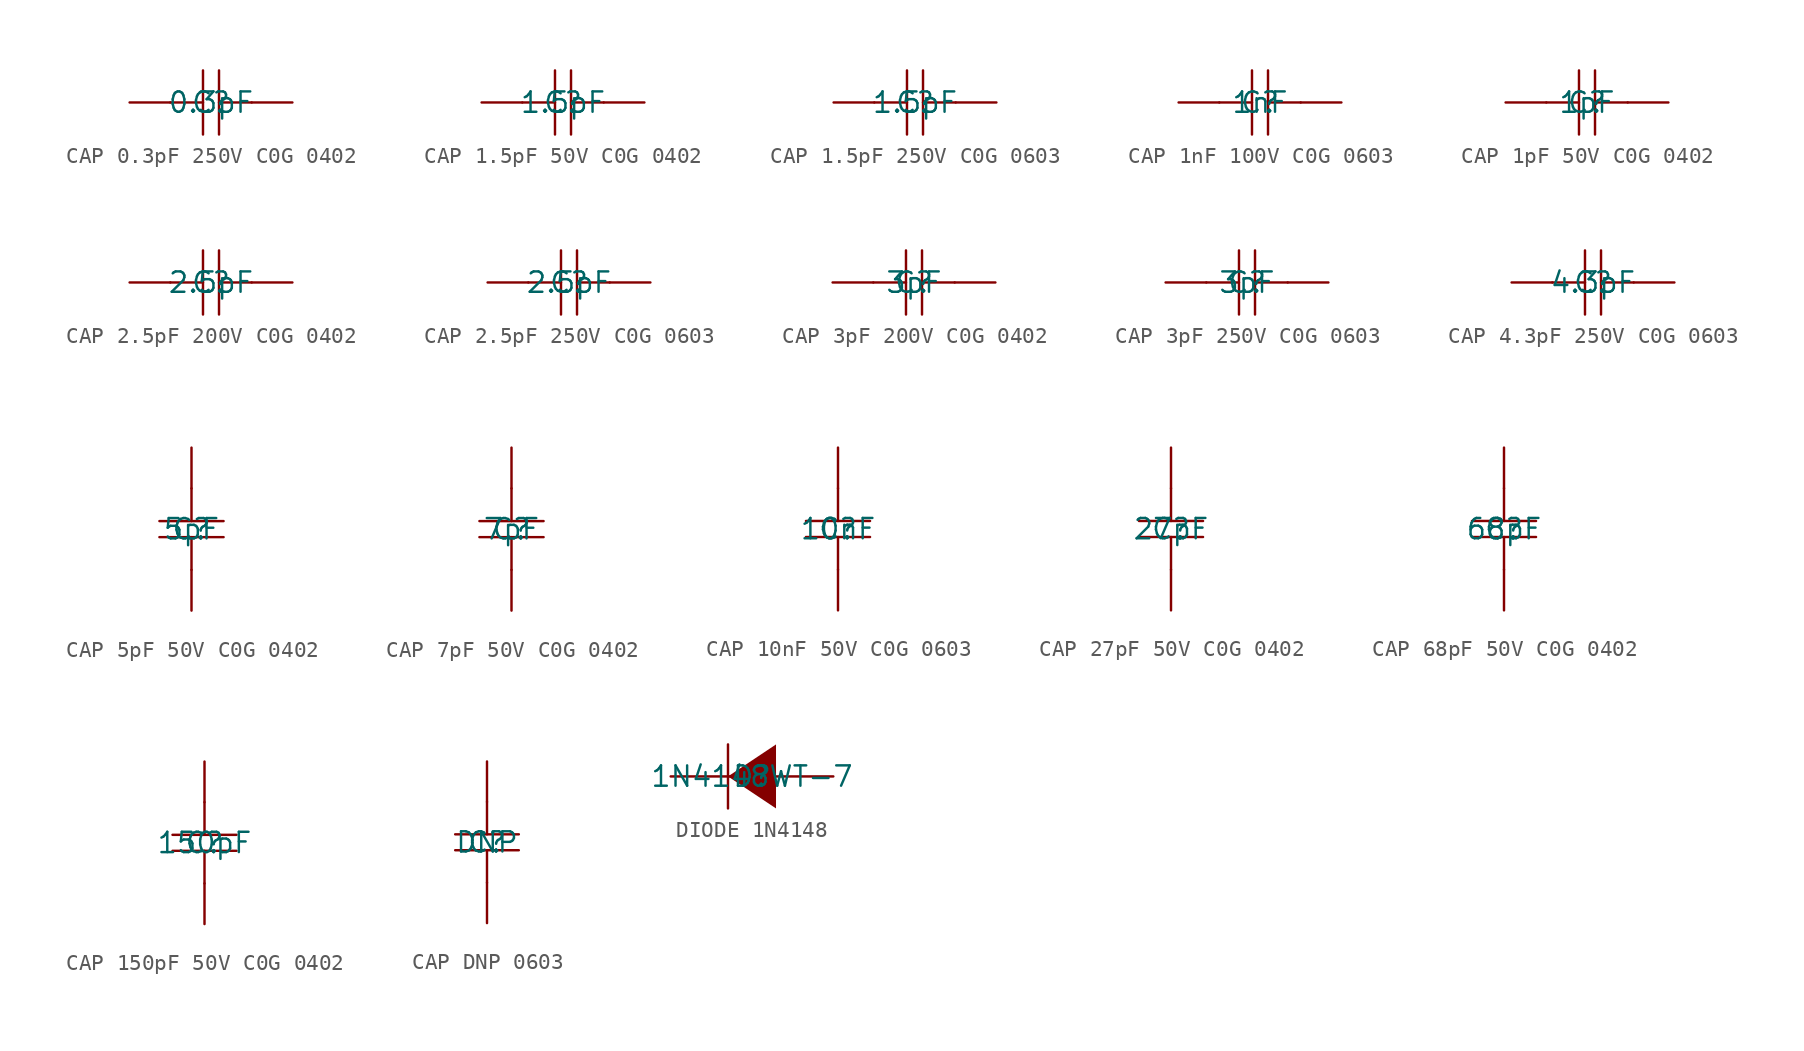
<source format=kicad_sym>
(kicad_symbol_lib
  (version 20241209)
  (generator "kicad_symbol_editor")
  (generator_version "9.0")
  (symbol "CAP 0.3pF 250V C0G 0402"
    (pin_numbers
      (hide yes))
    (pin_names
      (hide yes))
    (property "Reference" "C"
      (at 0 0 0)
      (effects (font (size 1.27 1.27))))
    (property "Value" "0.3pF"
      (at 0 0 0)
      (effects (font (size 1.27 1.27))))
    (symbol "CAP 0.3pF 250V C0G 0402_1_0"
      (polyline (pts (xy -2.54 0) (xy -0.5 0)) (stroke (width 0) (type solid)) (fill (type none)))
      (polyline (pts (xy -0.5 -2) (xy -0.5 2)) (stroke (width 0) (type solid)) (fill (type none)))
      (polyline (pts (xy 0.5 -2) (xy 0.5 2)) (stroke (width 0) (type solid)) (fill (type none)))
      (polyline (pts (xy 2.54 0) (xy 0.5 0)) (stroke (width 0) (type solid)) (fill (type none)))
      (pin passive line (at -5.08 0 0) (length 2.54) (name "2" (effects (font (size 1.27 1.27)))) (number "2" (effects (font (size 1.27 1.27)))))
      (pin passive line (at 5.08 0 180) (length 2.54) (name "1" (effects (font (size 1.27 1.27)))) (number "1" (effects (font (size 1.27 1.27)))))))
  (symbol "CAP 1.5pF 50V C0G 0402"
    (pin_numbers
      (hide yes))
    (pin_names
      (hide yes))
    (property "Reference" "C"
      (at 0 0 0)
      (effects (font (size 1.27 1.27))))
    (property "Value" "1.5pF"
      (at 0 0 0)
      (effects (font (size 1.27 1.27))))
    (symbol "CAP 1.5pF 50V C0G 0402_1_0"
      (polyline (pts (xy -2.54 0) (xy -0.5 0)) (stroke (width 0) (type solid)) (fill (type none)))
      (polyline (pts (xy -0.5 -2) (xy -0.5 2)) (stroke (width 0) (type solid)) (fill (type none)))
      (polyline (pts (xy 0.5 -2) (xy 0.5 2)) (stroke (width 0) (type solid)) (fill (type none)))
      (polyline (pts (xy 2.54 0) (xy 0.5 0)) (stroke (width 0) (type solid)) (fill (type none)))
      (pin passive line (at -5.08 0 0) (length 2.54) (name "2" (effects (font (size 1.27 1.27)))) (number "2" (effects (font (size 1.27 1.27)))))
      (pin passive line (at 5.08 0 180) (length 2.54) (name "1" (effects (font (size 1.27 1.27)))) (number "1" (effects (font (size 1.27 1.27)))))))
  (symbol "CAP 1.5pF 250V C0G 0603"
    (pin_numbers
      (hide yes))
    (pin_names
      (hide yes))
    (property "Reference" "C"
      (at 0 0 0)
      (effects (font (size 1.27 1.27))))
    (property "Value" "1.5pF"
      (at 0 0 0)
      (effects (font (size 1.27 1.27))))
    (symbol "CAP 1.5pF 250V C0G 0603_1_0"
      (polyline (pts (xy -2.54 0) (xy -0.5 0)) (stroke (width 0) (type solid)) (fill (type none)))
      (polyline (pts (xy -0.5 -2) (xy -0.5 2)) (stroke (width 0) (type solid)) (fill (type none)))
      (polyline (pts (xy 0.5 -2) (xy 0.5 2)) (stroke (width 0) (type solid)) (fill (type none)))
      (polyline (pts (xy 2.54 0) (xy 0.5 0)) (stroke (width 0) (type solid)) (fill (type none)))
      (pin passive line (at -5.08 0 0) (length 2.54) (name "2" (effects (font (size 1.27 1.27)))) (number "2" (effects (font (size 1.27 1.27)))))
      (pin passive line (at 5.08 0 180) (length 2.54) (name "1" (effects (font (size 1.27 1.27)))) (number "1" (effects (font (size 1.27 1.27)))))))
  (symbol "CAP 1nF 100V C0G 0603"
    (pin_numbers
      (hide yes))
    (pin_names
      (hide yes))
    (property "Reference" "C"
      (at 0 0 0)
      (effects (font (size 1.27 1.27))))
    (property "Value" "1nF"
      (at 0 0 0)
      (effects (font (size 1.27 1.27))))
    (symbol "CAP 1nF 100V C0G 0603_1_0"
      (polyline (pts (xy -2.54 0) (xy -0.5 0)) (stroke (width 0) (type solid)) (fill (type none)))
      (polyline (pts (xy -0.5 -2) (xy -0.5 2)) (stroke (width 0) (type solid)) (fill (type none)))
      (polyline (pts (xy 0.5 -2) (xy 0.5 2)) (stroke (width 0) (type solid)) (fill (type none)))
      (polyline (pts (xy 2.54 0) (xy 0.5 0)) (stroke (width 0) (type solid)) (fill (type none)))
      (pin passive line (at -5.08 0 0) (length 2.54) (name "2" (effects (font (size 1.27 1.27)))) (number "2" (effects (font (size 1.27 1.27)))))
      (pin passive line (at 5.08 0 180) (length 2.54) (name "1" (effects (font (size 1.27 1.27)))) (number "1" (effects (font (size 1.27 1.27)))))))
  (symbol "CAP 1pF 50V C0G 0402"
    (pin_numbers
      (hide yes))
    (pin_names
      (hide yes))
    (property "Reference" "C"
      (at 0 0 0)
      (effects (font (size 1.27 1.27))))
    (property "Value" "1pF"
      (at 0 0 0)
      (effects (font (size 1.27 1.27))))
    (symbol "CAP 1pF 50V C0G 0402_1_0"
      (polyline (pts (xy -2.54 0) (xy -0.5 0)) (stroke (width 0) (type solid)) (fill (type none)))
      (polyline (pts (xy -0.5 -2) (xy -0.5 2)) (stroke (width 0) (type solid)) (fill (type none)))
      (polyline (pts (xy 0.5 -2) (xy 0.5 2)) (stroke (width 0) (type solid)) (fill (type none)))
      (polyline (pts (xy 2.54 0) (xy 0.5 0)) (stroke (width 0) (type solid)) (fill (type none)))
      (pin passive line (at -5.08 0 0) (length 2.54) (name "2" (effects (font (size 1.27 1.27)))) (number "2" (effects (font (size 1.27 1.27)))))
      (pin passive line (at 5.08 0 180) (length 2.54) (name "1" (effects (font (size 1.27 1.27)))) (number "1" (effects (font (size 1.27 1.27)))))))
  (symbol "CAP 2.5pF 200V C0G 0402"
    (pin_numbers
      (hide yes))
    (pin_names
      (hide yes))
    (property "Reference" "C"
      (at 0 0 0)
      (effects (font (size 1.27 1.27))))
    (property "Value" "2.5pF"
      (at 0 0 0)
      (effects (font (size 1.27 1.27))))
    (symbol "CAP 2.5pF 200V C0G 0402_1_0"
      (polyline (pts (xy -2.54 0) (xy -0.5 0)) (stroke (width 0) (type solid)) (fill (type none)))
      (polyline (pts (xy -0.5 -2) (xy -0.5 2)) (stroke (width 0) (type solid)) (fill (type none)))
      (polyline (pts (xy 0.5 -2) (xy 0.5 2)) (stroke (width 0) (type solid)) (fill (type none)))
      (polyline (pts (xy 2.54 0) (xy 0.5 0)) (stroke (width 0) (type solid)) (fill (type none)))
      (pin passive line (at -5.08 0 0) (length 2.54) (name "2" (effects (font (size 1.27 1.27)))) (number "2" (effects (font (size 1.27 1.27)))))
      (pin passive line (at 5.08 0 180) (length 2.54) (name "1" (effects (font (size 1.27 1.27)))) (number "1" (effects (font (size 1.27 1.27)))))))
  (symbol "CAP 2.5pF 250V C0G 0603"
    (pin_numbers
      (hide yes))
    (pin_names
      (hide yes))
    (property "Reference" "C"
      (at 0 0 0)
      (effects (font (size 1.27 1.27))))
    (property "Value" "2.5pF"
      (at 0 0 0)
      (effects (font (size 1.27 1.27))))
    (symbol "CAP 2.5pF 250V C0G 0603_1_0"
      (polyline (pts (xy -2.54 0) (xy -0.5 0)) (stroke (width 0) (type solid)) (fill (type none)))
      (polyline (pts (xy -0.5 -2) (xy -0.5 2)) (stroke (width 0) (type solid)) (fill (type none)))
      (polyline (pts (xy 0.5 -2) (xy 0.5 2)) (stroke (width 0) (type solid)) (fill (type none)))
      (polyline (pts (xy 2.54 0) (xy 0.5 0)) (stroke (width 0) (type solid)) (fill (type none)))
      (pin passive line (at -5.08 0 0) (length 2.54) (name "2" (effects (font (size 1.27 1.27)))) (number "2" (effects (font (size 1.27 1.27)))))
      (pin passive line (at 5.08 0 180) (length 2.54) (name "1" (effects (font (size 1.27 1.27)))) (number "1" (effects (font (size 1.27 1.27)))))))
  (symbol "CAP 3pF 200V C0G 0402"
    (pin_numbers
      (hide yes))
    (pin_names
      (hide yes))
    (property "Reference" "C"
      (at 0 0 0)
      (effects (font (size 1.27 1.27))))
    (property "Value" "3pF"
      (at 0 0 0)
      (effects (font (size 1.27 1.27))))
    (symbol "CAP 3pF 200V C0G 0402_1_0"
      (polyline (pts (xy -2.54 0) (xy -0.5 0)) (stroke (width 0) (type solid)) (fill (type none)))
      (polyline (pts (xy -0.5 -2) (xy -0.5 2)) (stroke (width 0) (type solid)) (fill (type none)))
      (polyline (pts (xy 0.5 -2) (xy 0.5 2)) (stroke (width 0) (type solid)) (fill (type none)))
      (polyline (pts (xy 2.54 0) (xy 0.5 0)) (stroke (width 0) (type solid)) (fill (type none)))
      (pin passive line (at -5.08 0 0) (length 2.54) (name "2" (effects (font (size 1.27 1.27)))) (number "2" (effects (font (size 1.27 1.27)))))
      (pin passive line (at 5.08 0 180) (length 2.54) (name "1" (effects (font (size 1.27 1.27)))) (number "1" (effects (font (size 1.27 1.27)))))))
  (symbol "CAP 3pF 250V C0G 0603"
    (pin_numbers
      (hide yes))
    (pin_names
      (hide yes))
    (property "Reference" "C"
      (at 0 0 0)
      (effects (font (size 1.27 1.27))))
    (property "Value" "3pF"
      (at 0 0 0)
      (effects (font (size 1.27 1.27))))
    (symbol "CAP 3pF 250V C0G 0603_1_0"
      (polyline (pts (xy -2.54 0) (xy -0.5 0)) (stroke (width 0) (type solid)) (fill (type none)))
      (polyline (pts (xy -0.5 -2) (xy -0.5 2)) (stroke (width 0) (type solid)) (fill (type none)))
      (polyline (pts (xy 0.5 -2) (xy 0.5 2)) (stroke (width 0) (type solid)) (fill (type none)))
      (polyline (pts (xy 2.54 0) (xy 0.5 0)) (stroke (width 0) (type solid)) (fill (type none)))
      (pin passive line (at -5.08 0 0) (length 2.54) (name "2" (effects (font (size 1.27 1.27)))) (number "2" (effects (font (size 1.27 1.27)))))
      (pin passive line (at 5.08 0 180) (length 2.54) (name "1" (effects (font (size 1.27 1.27)))) (number "1" (effects (font (size 1.27 1.27)))))))
  (symbol "CAP 4.3pF 250V C0G 0603"
    (pin_numbers
      (hide yes))
    (pin_names
      (hide yes))
    (property "Reference" "C"
      (at 0 0 0)
      (effects (font (size 1.27 1.27))))
    (property "Value" "4.3pF"
      (at 0 0 0)
      (effects (font (size 1.27 1.27))))
    (symbol "CAP 4.3pF 250V C0G 0603_1_0"
      (polyline (pts (xy -2.54 0) (xy -0.5 0)) (stroke (width 0) (type solid)) (fill (type none)))
      (polyline (pts (xy -0.5 -2) (xy -0.5 2)) (stroke (width 0) (type solid)) (fill (type none)))
      (polyline (pts (xy 0.5 -2) (xy 0.5 2)) (stroke (width 0) (type solid)) (fill (type none)))
      (polyline (pts (xy 2.54 0) (xy 0.5 0)) (stroke (width 0) (type solid)) (fill (type none)))
      (pin passive line (at -5.08 0 0) (length 2.54) (name "2" (effects (font (size 1.27 1.27)))) (number "2" (effects (font (size 1.27 1.27)))))
      (pin passive line (at 5.08 0 180) (length 2.54) (name "1" (effects (font (size 1.27 1.27)))) (number "1" (effects (font (size 1.27 1.27)))))))
  (symbol "CAP 5pF 50V C0G 0402"
    (pin_numbers
      (hide yes))
    (pin_names
      (hide yes))
    (property "Reference" "C"
      (at 0 0 0)
      (effects (font (size 1.27 1.27))))
    (property "Value" "5pF"
      (at 0 0 0)
      (effects (font (size 1.27 1.27))))
    (symbol "CAP 5pF 50V C0G 0402_1_0"
      (polyline (pts (xy -2 0.5) (xy 2 0.5)) (stroke (width 0) (type solid)) (fill (type none)))
      (polyline (pts (xy -2 -0.5) (xy 2 -0.5)) (stroke (width 0) (type solid)) (fill (type none)))
      (polyline (pts (xy 0 2.54) (xy 0 0.5)) (stroke (width 0) (type solid)) (fill (type none)))
      (polyline (pts (xy 0 -2.54) (xy 0 -0.5)) (stroke (width 0) (type solid)) (fill (type none)))
      (pin passive line (at 0 5.08 270) (length 2.54) (name "2" (effects (font (size 1.27 1.27)))) (number "2" (effects (font (size 1.27 1.27)))))
      (pin passive line (at 0 -5.08 90) (length 2.54) (name "1" (effects (font (size 1.27 1.27)))) (number "1" (effects (font (size 1.27 1.27)))))))
  (symbol "CAP 7pF 50V C0G 0402"
    (pin_numbers
      (hide yes))
    (pin_names
      (hide yes))
    (property "Reference" "C"
      (at 0 0 0)
      (effects (font (size 1.27 1.27))))
    (property "Value" "7pF"
      (at 0 0 0)
      (effects (font (size 1.27 1.27))))
    (symbol "CAP 7pF 50V C0G 0402_1_0"
      (polyline (pts (xy -2 0.5) (xy 2 0.5)) (stroke (width 0) (type solid)) (fill (type none)))
      (polyline (pts (xy -2 -0.5) (xy 2 -0.5)) (stroke (width 0) (type solid)) (fill (type none)))
      (polyline (pts (xy 0 2.54) (xy 0 0.5)) (stroke (width 0) (type solid)) (fill (type none)))
      (polyline (pts (xy 0 -2.54) (xy 0 -0.5)) (stroke (width 0) (type solid)) (fill (type none)))
      (pin passive line (at 0 5.08 270) (length 2.54) (name "2" (effects (font (size 1.27 1.27)))) (number "2" (effects (font (size 1.27 1.27)))))
      (pin passive line (at 0 -5.08 90) (length 2.54) (name "1" (effects (font (size 1.27 1.27)))) (number "1" (effects (font (size 1.27 1.27)))))))
  (symbol "CAP 10nF 50V C0G 0603"
    (pin_numbers
      (hide yes))
    (pin_names
      (hide yes))
    (property "Reference" "C"
      (at 0 0 0)
      (effects (font (size 1.27 1.27))))
    (property "Value" "10nF"
      (at 0 0 0)
      (effects (font (size 1.27 1.27))))
    (symbol "CAP 10nF 50V C0G 0603_1_0"
      (polyline (pts (xy 0 2.54) (xy 0 0.5)) (stroke (width 0) (type solid)) (fill (type none)))
      (polyline (pts (xy 0 -2.54) (xy 0 -0.5)) (stroke (width 0) (type solid)) (fill (type none)))
      (polyline (pts (xy 2 0.5) (xy -2 0.5)) (stroke (width 0) (type solid)) (fill (type none)))
      (polyline (pts (xy 2 -0.5) (xy -2 -0.5)) (stroke (width 0) (type solid)) (fill (type none)))
      (pin passive line (at 0 5.08 270) (length 2.54) (name "1" (effects (font (size 1.27 1.27)))) (number "1" (effects (font (size 1.27 1.27)))))
      (pin passive line (at 0 -5.08 90) (length 2.54) (name "2" (effects (font (size 1.27 1.27)))) (number "2" (effects (font (size 1.27 1.27)))))))
  (symbol "CAP 27pF 50V C0G 0402"
    (pin_numbers
      (hide yes))
    (pin_names
      (hide yes))
    (property "Reference" "C"
      (at 0 0 0)
      (effects (font (size 1.27 1.27))))
    (property "Value" "27pF"
      (at 0 0 0)
      (effects (font (size 1.27 1.27))))
    (symbol "CAP 27pF 50V C0G 0402_1_0"
      (polyline (pts (xy -2 0.5) (xy 2 0.5)) (stroke (width 0) (type solid)) (fill (type none)))
      (polyline (pts (xy -2 -0.5) (xy 2 -0.5)) (stroke (width 0) (type solid)) (fill (type none)))
      (polyline (pts (xy 0 2.54) (xy 0 0.5)) (stroke (width 0) (type solid)) (fill (type none)))
      (polyline (pts (xy 0 -2.54) (xy 0 -0.5)) (stroke (width 0) (type solid)) (fill (type none)))
      (pin passive line (at 0 5.08 270) (length 2.54) (name "2" (effects (font (size 1.27 1.27)))) (number "2" (effects (font (size 1.27 1.27)))))
      (pin passive line (at 0 -5.08 90) (length 2.54) (name "1" (effects (font (size 1.27 1.27)))) (number "1" (effects (font (size 1.27 1.27)))))))
  (symbol "CAP 68pF 50V C0G 0402"
    (pin_numbers
      (hide yes))
    (pin_names
      (hide yes))
    (property "Reference" "C"
      (at 0 0 0)
      (effects (font (size 1.27 1.27))))
    (property "Value" "68pF"
      (at 0 0 0)
      (effects (font (size 1.27 1.27))))
    (symbol "CAP 68pF 50V C0G 0402_1_0"
      (polyline (pts (xy -2 0.5) (xy 2 0.5)) (stroke (width 0) (type solid)) (fill (type none)))
      (polyline (pts (xy -2 -0.5) (xy 2 -0.5)) (stroke (width 0) (type solid)) (fill (type none)))
      (polyline (pts (xy 0 2.54) (xy 0 0.5)) (stroke (width 0) (type solid)) (fill (type none)))
      (polyline (pts (xy 0 -2.54) (xy 0 -0.5)) (stroke (width 0) (type solid)) (fill (type none)))
      (pin passive line (at 0 5.08 270) (length 2.54) (name "2" (effects (font (size 1.27 1.27)))) (number "2" (effects (font (size 1.27 1.27)))))
      (pin passive line (at 0 -5.08 90) (length 2.54) (name "1" (effects (font (size 1.27 1.27)))) (number "1" (effects (font (size 1.27 1.27)))))))
  (symbol "CAP 150pF 50V C0G 0402"
    (pin_numbers
      (hide yes))
    (pin_names
      (hide yes))
    (property "Reference" "C"
      (at 0 0 0)
      (effects (font (size 1.27 1.27))))
    (property "Value" "150pF"
      (at 0 0 0)
      (effects (font (size 1.27 1.27))))
    (symbol "CAP 150pF 50V C0G 0402_1_0"
      (polyline (pts (xy -2 0.5) (xy 2 0.5)) (stroke (width 0) (type solid)) (fill (type none)))
      (polyline (pts (xy -2 -0.5) (xy 2 -0.5)) (stroke (width 0) (type solid)) (fill (type none)))
      (polyline (pts (xy 0 2.54) (xy 0 0.5)) (stroke (width 0) (type solid)) (fill (type none)))
      (polyline (pts (xy 0 -2.54) (xy 0 -0.5)) (stroke (width 0) (type solid)) (fill (type none)))
      (pin passive line (at 0 5.08 270) (length 2.54) (name "2" (effects (font (size 1.27 1.27)))) (number "2" (effects (font (size 1.27 1.27)))))
      (pin passive line (at 0 -5.08 90) (length 2.54) (name "1" (effects (font (size 1.27 1.27)))) (number "1" (effects (font (size 1.27 1.27)))))))
  (symbol "CAP DNP 0603"
    (pin_numbers
      (hide yes))
    (pin_names
      (hide yes))
    (property "Reference" "C"
      (at 0 0 0)
      (effects (font (size 1.27 1.27))))
    (property "Value" "DNP"
      (at 0 0 0)
      (effects (font (size 1.27 1.27))))
    (symbol "CAP DNP 0603_1_0"
      (polyline (pts (xy -2 0.5) (xy 2 0.5)) (stroke (width 0) (type solid)) (fill (type none)))
      (polyline (pts (xy -2 -0.5) (xy 2 -0.5)) (stroke (width 0) (type solid)) (fill (type none)))
      (polyline (pts (xy 0 2.54) (xy 0 0.5)) (stroke (width 0) (type solid)) (fill (type none)))
      (polyline (pts (xy 0 -2.54) (xy 0 -0.5)) (stroke (width 0) (type solid)) (fill (type none)))
      (pin passive line (at 0 5.08 270) (length 2.54) (name "2" (effects (font (size 1.27 1.27)))) (number "2" (effects (font (size 1.27 1.27)))))
      (pin passive line (at 0 -5.08 90) (length 2.54) (name "1" (effects (font (size 1.27 1.27)))) (number "1" (effects (font (size 1.27 1.27)))))))
  (symbol "DIODE 1N4148"
    (pin_numbers
      (hide yes))
    (pin_names
      (hide yes))
    (property "Reference" "D"
      (at 0 0 0)
      (effects (font (size 1.27 1.27))))
    (property "Value" "1N4148WT-7"
      (at 0 0 0)
      (effects (font (size 1.27 1.27))))
    (symbol "DIODE 1N4148_1_0"
      (polyline (pts (xy -1.5 -2) (xy -1.5 2)) (stroke (width 0) (type solid)) (fill (type none)))
      (polyline (pts (xy 1.5 2) (xy -1.5 0) (xy 1.5 -2) (xy 1.5 2)) (stroke (width -0.0001) (type solid)) (fill (type outline)))
      (pin passive line (at -5.08 0 0) (length 3.81) (name "K" (effects (font (size 1.27 1.27)))) (number "1" (effects (font (size 1.27 1.27)))))
      (pin passive line (at 5.08 0 180) (length 3.81) (name "A" (effects (font (size 1.27 1.27)))) (number "2" (effects (font (size 1.27 1.27))))))))
</source>
